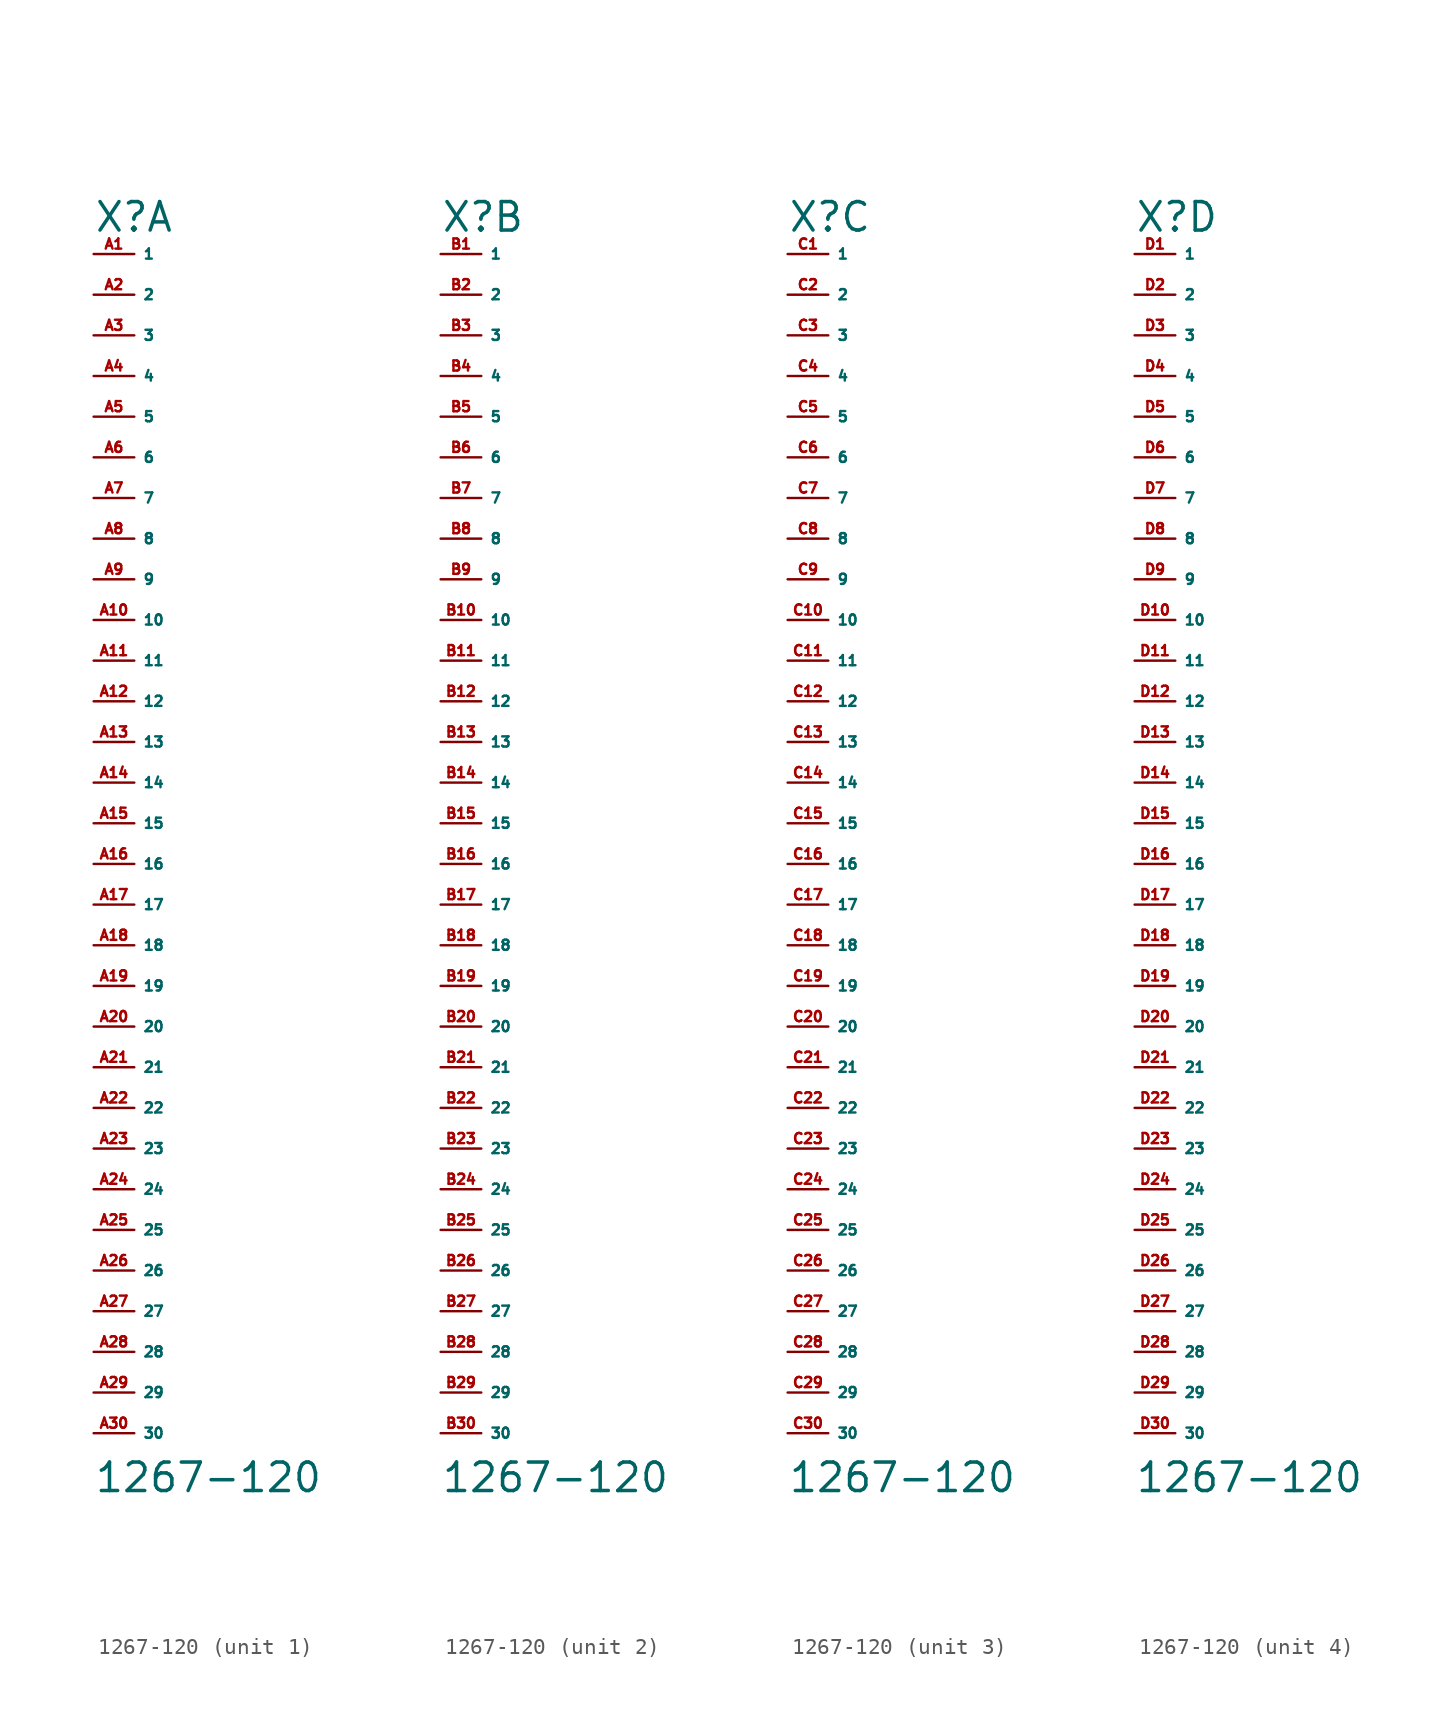
<source format=kicad_sym>
(kicad_symbol_lib
  (version 20220914)
  (generator Eagle2Kicad)
  (symbol "1267-120"
    (property "Reference" "X"
      (at -2.54 36.83 0)
      (effects (font (size 1.778 1.778) (thickness 0.22)) (justify left bottom)))
    (property "Value" "1267-120"
      (at -2.54 -41.91 0)
      (effects (font (size 1.778 1.778) (thickness 0.22)) (justify left bottom)))
    (symbol "1267-120_1_0"
      (pin passive line (at -2.54 35.56 0) (length 2.54) (name "1" (effects (font (size 0.635 0.635) (thickness 0.08)) (justify left bottom))) (number "A1" (effects (font (size 0.635 0.635) (thickness 0.08)) (justify left bottom))))
      (pin passive line (at -2.54 33.02 0) (length 2.54) (name "2" (effects (font (size 0.635 0.635) (thickness 0.08)) (justify left bottom))) (number "A2" (effects (font (size 0.635 0.635) (thickness 0.08)) (justify left bottom))))
      (pin passive line (at -2.54 30.48 0) (length 2.54) (name "3" (effects (font (size 0.635 0.635) (thickness 0.08)) (justify left bottom))) (number "A3" (effects (font (size 0.635 0.635) (thickness 0.08)) (justify left bottom))))
      (pin passive line (at -2.54 27.94 0) (length 2.54) (name "4" (effects (font (size 0.635 0.635) (thickness 0.08)) (justify left bottom))) (number "A4" (effects (font (size 0.635 0.635) (thickness 0.08)) (justify left bottom))))
      (pin passive line (at -2.54 25.4 0) (length 2.54) (name "5" (effects (font (size 0.635 0.635) (thickness 0.08)) (justify left bottom))) (number "A5" (effects (font (size 0.635 0.635) (thickness 0.08)) (justify left bottom))))
      (pin passive line (at -2.54 22.86 0) (length 2.54) (name "6" (effects (font (size 0.635 0.635) (thickness 0.08)) (justify left bottom))) (number "A6" (effects (font (size 0.635 0.635) (thickness 0.08)) (justify left bottom))))
      (pin passive line (at -2.54 20.32 0) (length 2.54) (name "7" (effects (font (size 0.635 0.635) (thickness 0.08)) (justify left bottom))) (number "A7" (effects (font (size 0.635 0.635) (thickness 0.08)) (justify left bottom))))
      (pin passive line (at -2.54 17.78 0) (length 2.54) (name "8" (effects (font (size 0.635 0.635) (thickness 0.08)) (justify left bottom))) (number "A8" (effects (font (size 0.635 0.635) (thickness 0.08)) (justify left bottom))))
      (pin passive line (at -2.54 15.24 0) (length 2.54) (name "9" (effects (font (size 0.635 0.635) (thickness 0.08)) (justify left bottom))) (number "A9" (effects (font (size 0.635 0.635) (thickness 0.08)) (justify left bottom))))
      (pin passive line (at -2.54 12.7 0) (length 2.54) (name "10" (effects (font (size 0.635 0.635) (thickness 0.08)) (justify left bottom))) (number "A10" (effects (font (size 0.635 0.635) (thickness 0.08)) (justify left bottom))))
      (pin passive line (at -2.54 10.16 0) (length 2.54) (name "11" (effects (font (size 0.635 0.635) (thickness 0.08)) (justify left bottom))) (number "A11" (effects (font (size 0.635 0.635) (thickness 0.08)) (justify left bottom))))
      (pin passive line (at -2.54 7.62 0) (length 2.54) (name "12" (effects (font (size 0.635 0.635) (thickness 0.08)) (justify left bottom))) (number "A12" (effects (font (size 0.635 0.635) (thickness 0.08)) (justify left bottom))))
      (pin passive line (at -2.54 5.08 0) (length 2.54) (name "13" (effects (font (size 0.635 0.635) (thickness 0.08)) (justify left bottom))) (number "A13" (effects (font (size 0.635 0.635) (thickness 0.08)) (justify left bottom))))
      (pin passive line (at -2.54 2.54 0) (length 2.54) (name "14" (effects (font (size 0.635 0.635) (thickness 0.08)) (justify left bottom))) (number "A14" (effects (font (size 0.635 0.635) (thickness 0.08)) (justify left bottom))))
      (pin passive line (at -2.54 0 0) (length 2.54) (name "15" (effects (font (size 0.635 0.635) (thickness 0.08)) (justify left bottom))) (number "A15" (effects (font (size 0.635 0.635) (thickness 0.08)) (justify left bottom))))
      (pin passive line (at -2.54 -2.54 0) (length 2.54) (name "16" (effects (font (size 0.635 0.635) (thickness 0.08)) (justify left bottom))) (number "A16" (effects (font (size 0.635 0.635) (thickness 0.08)) (justify left bottom))))
      (pin passive line (at -2.54 -5.08 0) (length 2.54) (name "17" (effects (font (size 0.635 0.635) (thickness 0.08)) (justify left bottom))) (number "A17" (effects (font (size 0.635 0.635) (thickness 0.08)) (justify left bottom))))
      (pin passive line (at -2.54 -7.62 0) (length 2.54) (name "18" (effects (font (size 0.635 0.635) (thickness 0.08)) (justify left bottom))) (number "A18" (effects (font (size 0.635 0.635) (thickness 0.08)) (justify left bottom))))
      (pin passive line (at -2.54 -10.16 0) (length 2.54) (name "19" (effects (font (size 0.635 0.635) (thickness 0.08)) (justify left bottom))) (number "A19" (effects (font (size 0.635 0.635) (thickness 0.08)) (justify left bottom))))
      (pin passive line (at -2.54 -12.7 0) (length 2.54) (name "20" (effects (font (size 0.635 0.635) (thickness 0.08)) (justify left bottom))) (number "A20" (effects (font (size 0.635 0.635) (thickness 0.08)) (justify left bottom))))
      (pin passive line (at -2.54 -15.24 0) (length 2.54) (name "21" (effects (font (size 0.635 0.635) (thickness 0.08)) (justify left bottom))) (number "A21" (effects (font (size 0.635 0.635) (thickness 0.08)) (justify left bottom))))
      (pin passive line (at -2.54 -17.78 0) (length 2.54) (name "22" (effects (font (size 0.635 0.635) (thickness 0.08)) (justify left bottom))) (number "A22" (effects (font (size 0.635 0.635) (thickness 0.08)) (justify left bottom))))
      (pin passive line (at -2.54 -20.32 0) (length 2.54) (name "23" (effects (font (size 0.635 0.635) (thickness 0.08)) (justify left bottom))) (number "A23" (effects (font (size 0.635 0.635) (thickness 0.08)) (justify left bottom))))
      (pin passive line (at -2.54 -22.86 0) (length 2.54) (name "24" (effects (font (size 0.635 0.635) (thickness 0.08)) (justify left bottom))) (number "A24" (effects (font (size 0.635 0.635) (thickness 0.08)) (justify left bottom))))
      (pin passive line (at -2.54 -25.4 0) (length 2.54) (name "25" (effects (font (size 0.635 0.635) (thickness 0.08)) (justify left bottom))) (number "A25" (effects (font (size 0.635 0.635) (thickness 0.08)) (justify left bottom))))
      (pin passive line (at -2.54 -27.94 0) (length 2.54) (name "26" (effects (font (size 0.635 0.635) (thickness 0.08)) (justify left bottom))) (number "A26" (effects (font (size 0.635 0.635) (thickness 0.08)) (justify left bottom))))
      (pin passive line (at -2.54 -30.48 0) (length 2.54) (name "27" (effects (font (size 0.635 0.635) (thickness 0.08)) (justify left bottom))) (number "A27" (effects (font (size 0.635 0.635) (thickness 0.08)) (justify left bottom))))
      (pin passive line (at -2.54 -33.02 0) (length 2.54) (name "28" (effects (font (size 0.635 0.635) (thickness 0.08)) (justify left bottom))) (number "A28" (effects (font (size 0.635 0.635) (thickness 0.08)) (justify left bottom))))
      (pin passive line (at -2.54 -35.56 0) (length 2.54) (name "29" (effects (font (size 0.635 0.635) (thickness 0.08)) (justify left bottom))) (number "A29" (effects (font (size 0.635 0.635) (thickness 0.08)) (justify left bottom))))
      (pin passive line (at -2.54 -38.1 0) (length 2.54) (name "30" (effects (font (size 0.635 0.635) (thickness 0.08)) (justify left bottom))) (number "A30" (effects (font (size 0.635 0.635) (thickness 0.08)) (justify left bottom)))))
    (symbol "1267-120_2_0"
      (pin passive line (at -2.54 35.56 0) (length 2.54) (name "1" (effects (font (size 0.635 0.635) (thickness 0.08)) (justify left bottom))) (number "B1" (effects (font (size 0.635 0.635) (thickness 0.08)) (justify left bottom))))
      (pin passive line (at -2.54 33.02 0) (length 2.54) (name "2" (effects (font (size 0.635 0.635) (thickness 0.08)) (justify left bottom))) (number "B2" (effects (font (size 0.635 0.635) (thickness 0.08)) (justify left bottom))))
      (pin passive line (at -2.54 30.48 0) (length 2.54) (name "3" (effects (font (size 0.635 0.635) (thickness 0.08)) (justify left bottom))) (number "B3" (effects (font (size 0.635 0.635) (thickness 0.08)) (justify left bottom))))
      (pin passive line (at -2.54 27.94 0) (length 2.54) (name "4" (effects (font (size 0.635 0.635) (thickness 0.08)) (justify left bottom))) (number "B4" (effects (font (size 0.635 0.635) (thickness 0.08)) (justify left bottom))))
      (pin passive line (at -2.54 25.4 0) (length 2.54) (name "5" (effects (font (size 0.635 0.635) (thickness 0.08)) (justify left bottom))) (number "B5" (effects (font (size 0.635 0.635) (thickness 0.08)) (justify left bottom))))
      (pin passive line (at -2.54 22.86 0) (length 2.54) (name "6" (effects (font (size 0.635 0.635) (thickness 0.08)) (justify left bottom))) (number "B6" (effects (font (size 0.635 0.635) (thickness 0.08)) (justify left bottom))))
      (pin passive line (at -2.54 20.32 0) (length 2.54) (name "7" (effects (font (size 0.635 0.635) (thickness 0.08)) (justify left bottom))) (number "B7" (effects (font (size 0.635 0.635) (thickness 0.08)) (justify left bottom))))
      (pin passive line (at -2.54 17.78 0) (length 2.54) (name "8" (effects (font (size 0.635 0.635) (thickness 0.08)) (justify left bottom))) (number "B8" (effects (font (size 0.635 0.635) (thickness 0.08)) (justify left bottom))))
      (pin passive line (at -2.54 15.24 0) (length 2.54) (name "9" (effects (font (size 0.635 0.635) (thickness 0.08)) (justify left bottom))) (number "B9" (effects (font (size 0.635 0.635) (thickness 0.08)) (justify left bottom))))
      (pin passive line (at -2.54 12.7 0) (length 2.54) (name "10" (effects (font (size 0.635 0.635) (thickness 0.08)) (justify left bottom))) (number "B10" (effects (font (size 0.635 0.635) (thickness 0.08)) (justify left bottom))))
      (pin passive line (at -2.54 10.16 0) (length 2.54) (name "11" (effects (font (size 0.635 0.635) (thickness 0.08)) (justify left bottom))) (number "B11" (effects (font (size 0.635 0.635) (thickness 0.08)) (justify left bottom))))
      (pin passive line (at -2.54 7.62 0) (length 2.54) (name "12" (effects (font (size 0.635 0.635) (thickness 0.08)) (justify left bottom))) (number "B12" (effects (font (size 0.635 0.635) (thickness 0.08)) (justify left bottom))))
      (pin passive line (at -2.54 5.08 0) (length 2.54) (name "13" (effects (font (size 0.635 0.635) (thickness 0.08)) (justify left bottom))) (number "B13" (effects (font (size 0.635 0.635) (thickness 0.08)) (justify left bottom))))
      (pin passive line (at -2.54 2.54 0) (length 2.54) (name "14" (effects (font (size 0.635 0.635) (thickness 0.08)) (justify left bottom))) (number "B14" (effects (font (size 0.635 0.635) (thickness 0.08)) (justify left bottom))))
      (pin passive line (at -2.54 0 0) (length 2.54) (name "15" (effects (font (size 0.635 0.635) (thickness 0.08)) (justify left bottom))) (number "B15" (effects (font (size 0.635 0.635) (thickness 0.08)) (justify left bottom))))
      (pin passive line (at -2.54 -2.54 0) (length 2.54) (name "16" (effects (font (size 0.635 0.635) (thickness 0.08)) (justify left bottom))) (number "B16" (effects (font (size 0.635 0.635) (thickness 0.08)) (justify left bottom))))
      (pin passive line (at -2.54 -5.08 0) (length 2.54) (name "17" (effects (font (size 0.635 0.635) (thickness 0.08)) (justify left bottom))) (number "B17" (effects (font (size 0.635 0.635) (thickness 0.08)) (justify left bottom))))
      (pin passive line (at -2.54 -7.62 0) (length 2.54) (name "18" (effects (font (size 0.635 0.635) (thickness 0.08)) (justify left bottom))) (number "B18" (effects (font (size 0.635 0.635) (thickness 0.08)) (justify left bottom))))
      (pin passive line (at -2.54 -10.16 0) (length 2.54) (name "19" (effects (font (size 0.635 0.635) (thickness 0.08)) (justify left bottom))) (number "B19" (effects (font (size 0.635 0.635) (thickness 0.08)) (justify left bottom))))
      (pin passive line (at -2.54 -12.7 0) (length 2.54) (name "20" (effects (font (size 0.635 0.635) (thickness 0.08)) (justify left bottom))) (number "B20" (effects (font (size 0.635 0.635) (thickness 0.08)) (justify left bottom))))
      (pin passive line (at -2.54 -15.24 0) (length 2.54) (name "21" (effects (font (size 0.635 0.635) (thickness 0.08)) (justify left bottom))) (number "B21" (effects (font (size 0.635 0.635) (thickness 0.08)) (justify left bottom))))
      (pin passive line (at -2.54 -17.78 0) (length 2.54) (name "22" (effects (font (size 0.635 0.635) (thickness 0.08)) (justify left bottom))) (number "B22" (effects (font (size 0.635 0.635) (thickness 0.08)) (justify left bottom))))
      (pin passive line (at -2.54 -20.32 0) (length 2.54) (name "23" (effects (font (size 0.635 0.635) (thickness 0.08)) (justify left bottom))) (number "B23" (effects (font (size 0.635 0.635) (thickness 0.08)) (justify left bottom))))
      (pin passive line (at -2.54 -22.86 0) (length 2.54) (name "24" (effects (font (size 0.635 0.635) (thickness 0.08)) (justify left bottom))) (number "B24" (effects (font (size 0.635 0.635) (thickness 0.08)) (justify left bottom))))
      (pin passive line (at -2.54 -25.4 0) (length 2.54) (name "25" (effects (font (size 0.635 0.635) (thickness 0.08)) (justify left bottom))) (number "B25" (effects (font (size 0.635 0.635) (thickness 0.08)) (justify left bottom))))
      (pin passive line (at -2.54 -27.94 0) (length 2.54) (name "26" (effects (font (size 0.635 0.635) (thickness 0.08)) (justify left bottom))) (number "B26" (effects (font (size 0.635 0.635) (thickness 0.08)) (justify left bottom))))
      (pin passive line (at -2.54 -30.48 0) (length 2.54) (name "27" (effects (font (size 0.635 0.635) (thickness 0.08)) (justify left bottom))) (number "B27" (effects (font (size 0.635 0.635) (thickness 0.08)) (justify left bottom))))
      (pin passive line (at -2.54 -33.02 0) (length 2.54) (name "28" (effects (font (size 0.635 0.635) (thickness 0.08)) (justify left bottom))) (number "B28" (effects (font (size 0.635 0.635) (thickness 0.08)) (justify left bottom))))
      (pin passive line (at -2.54 -35.56 0) (length 2.54) (name "29" (effects (font (size 0.635 0.635) (thickness 0.08)) (justify left bottom))) (number "B29" (effects (font (size 0.635 0.635) (thickness 0.08)) (justify left bottom))))
      (pin passive line (at -2.54 -38.1 0) (length 2.54) (name "30" (effects (font (size 0.635 0.635) (thickness 0.08)) (justify left bottom))) (number "B30" (effects (font (size 0.635 0.635) (thickness 0.08)) (justify left bottom)))))
    (symbol "1267-120_3_0"
      (pin passive line (at -2.54 35.56 0) (length 2.54) (name "1" (effects (font (size 0.635 0.635) (thickness 0.08)) (justify left bottom))) (number "C1" (effects (font (size 0.635 0.635) (thickness 0.08)) (justify left bottom))))
      (pin passive line (at -2.54 33.02 0) (length 2.54) (name "2" (effects (font (size 0.635 0.635) (thickness 0.08)) (justify left bottom))) (number "C2" (effects (font (size 0.635 0.635) (thickness 0.08)) (justify left bottom))))
      (pin passive line (at -2.54 30.48 0) (length 2.54) (name "3" (effects (font (size 0.635 0.635) (thickness 0.08)) (justify left bottom))) (number "C3" (effects (font (size 0.635 0.635) (thickness 0.08)) (justify left bottom))))
      (pin passive line (at -2.54 27.94 0) (length 2.54) (name "4" (effects (font (size 0.635 0.635) (thickness 0.08)) (justify left bottom))) (number "C4" (effects (font (size 0.635 0.635) (thickness 0.08)) (justify left bottom))))
      (pin passive line (at -2.54 25.4 0) (length 2.54) (name "5" (effects (font (size 0.635 0.635) (thickness 0.08)) (justify left bottom))) (number "C5" (effects (font (size 0.635 0.635) (thickness 0.08)) (justify left bottom))))
      (pin passive line (at -2.54 22.86 0) (length 2.54) (name "6" (effects (font (size 0.635 0.635) (thickness 0.08)) (justify left bottom))) (number "C6" (effects (font (size 0.635 0.635) (thickness 0.08)) (justify left bottom))))
      (pin passive line (at -2.54 20.32 0) (length 2.54) (name "7" (effects (font (size 0.635 0.635) (thickness 0.08)) (justify left bottom))) (number "C7" (effects (font (size 0.635 0.635) (thickness 0.08)) (justify left bottom))))
      (pin passive line (at -2.54 17.78 0) (length 2.54) (name "8" (effects (font (size 0.635 0.635) (thickness 0.08)) (justify left bottom))) (number "C8" (effects (font (size 0.635 0.635) (thickness 0.08)) (justify left bottom))))
      (pin passive line (at -2.54 15.24 0) (length 2.54) (name "9" (effects (font (size 0.635 0.635) (thickness 0.08)) (justify left bottom))) (number "C9" (effects (font (size 0.635 0.635) (thickness 0.08)) (justify left bottom))))
      (pin passive line (at -2.54 12.7 0) (length 2.54) (name "10" (effects (font (size 0.635 0.635) (thickness 0.08)) (justify left bottom))) (number "C10" (effects (font (size 0.635 0.635) (thickness 0.08)) (justify left bottom))))
      (pin passive line (at -2.54 10.16 0) (length 2.54) (name "11" (effects (font (size 0.635 0.635) (thickness 0.08)) (justify left bottom))) (number "C11" (effects (font (size 0.635 0.635) (thickness 0.08)) (justify left bottom))))
      (pin passive line (at -2.54 7.62 0) (length 2.54) (name "12" (effects (font (size 0.635 0.635) (thickness 0.08)) (justify left bottom))) (number "C12" (effects (font (size 0.635 0.635) (thickness 0.08)) (justify left bottom))))
      (pin passive line (at -2.54 5.08 0) (length 2.54) (name "13" (effects (font (size 0.635 0.635) (thickness 0.08)) (justify left bottom))) (number "C13" (effects (font (size 0.635 0.635) (thickness 0.08)) (justify left bottom))))
      (pin passive line (at -2.54 2.54 0) (length 2.54) (name "14" (effects (font (size 0.635 0.635) (thickness 0.08)) (justify left bottom))) (number "C14" (effects (font (size 0.635 0.635) (thickness 0.08)) (justify left bottom))))
      (pin passive line (at -2.54 0 0) (length 2.54) (name "15" (effects (font (size 0.635 0.635) (thickness 0.08)) (justify left bottom))) (number "C15" (effects (font (size 0.635 0.635) (thickness 0.08)) (justify left bottom))))
      (pin passive line (at -2.54 -2.54 0) (length 2.54) (name "16" (effects (font (size 0.635 0.635) (thickness 0.08)) (justify left bottom))) (number "C16" (effects (font (size 0.635 0.635) (thickness 0.08)) (justify left bottom))))
      (pin passive line (at -2.54 -5.08 0) (length 2.54) (name "17" (effects (font (size 0.635 0.635) (thickness 0.08)) (justify left bottom))) (number "C17" (effects (font (size 0.635 0.635) (thickness 0.08)) (justify left bottom))))
      (pin passive line (at -2.54 -7.62 0) (length 2.54) (name "18" (effects (font (size 0.635 0.635) (thickness 0.08)) (justify left bottom))) (number "C18" (effects (font (size 0.635 0.635) (thickness 0.08)) (justify left bottom))))
      (pin passive line (at -2.54 -10.16 0) (length 2.54) (name "19" (effects (font (size 0.635 0.635) (thickness 0.08)) (justify left bottom))) (number "C19" (effects (font (size 0.635 0.635) (thickness 0.08)) (justify left bottom))))
      (pin passive line (at -2.54 -12.7 0) (length 2.54) (name "20" (effects (font (size 0.635 0.635) (thickness 0.08)) (justify left bottom))) (number "C20" (effects (font (size 0.635 0.635) (thickness 0.08)) (justify left bottom))))
      (pin passive line (at -2.54 -15.24 0) (length 2.54) (name "21" (effects (font (size 0.635 0.635) (thickness 0.08)) (justify left bottom))) (number "C21" (effects (font (size 0.635 0.635) (thickness 0.08)) (justify left bottom))))
      (pin passive line (at -2.54 -17.78 0) (length 2.54) (name "22" (effects (font (size 0.635 0.635) (thickness 0.08)) (justify left bottom))) (number "C22" (effects (font (size 0.635 0.635) (thickness 0.08)) (justify left bottom))))
      (pin passive line (at -2.54 -20.32 0) (length 2.54) (name "23" (effects (font (size 0.635 0.635) (thickness 0.08)) (justify left bottom))) (number "C23" (effects (font (size 0.635 0.635) (thickness 0.08)) (justify left bottom))))
      (pin passive line (at -2.54 -22.86 0) (length 2.54) (name "24" (effects (font (size 0.635 0.635) (thickness 0.08)) (justify left bottom))) (number "C24" (effects (font (size 0.635 0.635) (thickness 0.08)) (justify left bottom))))
      (pin passive line (at -2.54 -25.4 0) (length 2.54) (name "25" (effects (font (size 0.635 0.635) (thickness 0.08)) (justify left bottom))) (number "C25" (effects (font (size 0.635 0.635) (thickness 0.08)) (justify left bottom))))
      (pin passive line (at -2.54 -27.94 0) (length 2.54) (name "26" (effects (font (size 0.635 0.635) (thickness 0.08)) (justify left bottom))) (number "C26" (effects (font (size 0.635 0.635) (thickness 0.08)) (justify left bottom))))
      (pin passive line (at -2.54 -30.48 0) (length 2.54) (name "27" (effects (font (size 0.635 0.635) (thickness 0.08)) (justify left bottom))) (number "C27" (effects (font (size 0.635 0.635) (thickness 0.08)) (justify left bottom))))
      (pin passive line (at -2.54 -33.02 0) (length 2.54) (name "28" (effects (font (size 0.635 0.635) (thickness 0.08)) (justify left bottom))) (number "C28" (effects (font (size 0.635 0.635) (thickness 0.08)) (justify left bottom))))
      (pin passive line (at -2.54 -35.56 0) (length 2.54) (name "29" (effects (font (size 0.635 0.635) (thickness 0.08)) (justify left bottom))) (number "C29" (effects (font (size 0.635 0.635) (thickness 0.08)) (justify left bottom))))
      (pin passive line (at -2.54 -38.1 0) (length 2.54) (name "30" (effects (font (size 0.635 0.635) (thickness 0.08)) (justify left bottom))) (number "C30" (effects (font (size 0.635 0.635) (thickness 0.08)) (justify left bottom)))))
    (symbol "1267-120_4_0"
      (pin passive line (at -2.54 35.56 0) (length 2.54) (name "1" (effects (font (size 0.635 0.635) (thickness 0.08)) (justify left bottom))) (number "D1" (effects (font (size 0.635 0.635) (thickness 0.08)) (justify left bottom))))
      (pin passive line (at -2.54 33.02 0) (length 2.54) (name "2" (effects (font (size 0.635 0.635) (thickness 0.08)) (justify left bottom))) (number "D2" (effects (font (size 0.635 0.635) (thickness 0.08)) (justify left bottom))))
      (pin passive line (at -2.54 30.48 0) (length 2.54) (name "3" (effects (font (size 0.635 0.635) (thickness 0.08)) (justify left bottom))) (number "D3" (effects (font (size 0.635 0.635) (thickness 0.08)) (justify left bottom))))
      (pin passive line (at -2.54 27.94 0) (length 2.54) (name "4" (effects (font (size 0.635 0.635) (thickness 0.08)) (justify left bottom))) (number "D4" (effects (font (size 0.635 0.635) (thickness 0.08)) (justify left bottom))))
      (pin passive line (at -2.54 25.4 0) (length 2.54) (name "5" (effects (font (size 0.635 0.635) (thickness 0.08)) (justify left bottom))) (number "D5" (effects (font (size 0.635 0.635) (thickness 0.08)) (justify left bottom))))
      (pin passive line (at -2.54 22.86 0) (length 2.54) (name "6" (effects (font (size 0.635 0.635) (thickness 0.08)) (justify left bottom))) (number "D6" (effects (font (size 0.635 0.635) (thickness 0.08)) (justify left bottom))))
      (pin passive line (at -2.54 20.32 0) (length 2.54) (name "7" (effects (font (size 0.635 0.635) (thickness 0.08)) (justify left bottom))) (number "D7" (effects (font (size 0.635 0.635) (thickness 0.08)) (justify left bottom))))
      (pin passive line (at -2.54 17.78 0) (length 2.54) (name "8" (effects (font (size 0.635 0.635) (thickness 0.08)) (justify left bottom))) (number "D8" (effects (font (size 0.635 0.635) (thickness 0.08)) (justify left bottom))))
      (pin passive line (at -2.54 15.24 0) (length 2.54) (name "9" (effects (font (size 0.635 0.635) (thickness 0.08)) (justify left bottom))) (number "D9" (effects (font (size 0.635 0.635) (thickness 0.08)) (justify left bottom))))
      (pin passive line (at -2.54 12.7 0) (length 2.54) (name "10" (effects (font (size 0.635 0.635) (thickness 0.08)) (justify left bottom))) (number "D10" (effects (font (size 0.635 0.635) (thickness 0.08)) (justify left bottom))))
      (pin passive line (at -2.54 10.16 0) (length 2.54) (name "11" (effects (font (size 0.635 0.635) (thickness 0.08)) (justify left bottom))) (number "D11" (effects (font (size 0.635 0.635) (thickness 0.08)) (justify left bottom))))
      (pin passive line (at -2.54 7.62 0) (length 2.54) (name "12" (effects (font (size 0.635 0.635) (thickness 0.08)) (justify left bottom))) (number "D12" (effects (font (size 0.635 0.635) (thickness 0.08)) (justify left bottom))))
      (pin passive line (at -2.54 5.08 0) (length 2.54) (name "13" (effects (font (size 0.635 0.635) (thickness 0.08)) (justify left bottom))) (number "D13" (effects (font (size 0.635 0.635) (thickness 0.08)) (justify left bottom))))
      (pin passive line (at -2.54 2.54 0) (length 2.54) (name "14" (effects (font (size 0.635 0.635) (thickness 0.08)) (justify left bottom))) (number "D14" (effects (font (size 0.635 0.635) (thickness 0.08)) (justify left bottom))))
      (pin passive line (at -2.54 0 0) (length 2.54) (name "15" (effects (font (size 0.635 0.635) (thickness 0.08)) (justify left bottom))) (number "D15" (effects (font (size 0.635 0.635) (thickness 0.08)) (justify left bottom))))
      (pin passive line (at -2.54 -2.54 0) (length 2.54) (name "16" (effects (font (size 0.635 0.635) (thickness 0.08)) (justify left bottom))) (number "D16" (effects (font (size 0.635 0.635) (thickness 0.08)) (justify left bottom))))
      (pin passive line (at -2.54 -5.08 0) (length 2.54) (name "17" (effects (font (size 0.635 0.635) (thickness 0.08)) (justify left bottom))) (number "D17" (effects (font (size 0.635 0.635) (thickness 0.08)) (justify left bottom))))
      (pin passive line (at -2.54 -7.62 0) (length 2.54) (name "18" (effects (font (size 0.635 0.635) (thickness 0.08)) (justify left bottom))) (number "D18" (effects (font (size 0.635 0.635) (thickness 0.08)) (justify left bottom))))
      (pin passive line (at -2.54 -10.16 0) (length 2.54) (name "19" (effects (font (size 0.635 0.635) (thickness 0.08)) (justify left bottom))) (number "D19" (effects (font (size 0.635 0.635) (thickness 0.08)) (justify left bottom))))
      (pin passive line (at -2.54 -12.7 0) (length 2.54) (name "20" (effects (font (size 0.635 0.635) (thickness 0.08)) (justify left bottom))) (number "D20" (effects (font (size 0.635 0.635) (thickness 0.08)) (justify left bottom))))
      (pin passive line (at -2.54 -15.24 0) (length 2.54) (name "21" (effects (font (size 0.635 0.635) (thickness 0.08)) (justify left bottom))) (number "D21" (effects (font (size 0.635 0.635) (thickness 0.08)) (justify left bottom))))
      (pin passive line (at -2.54 -17.78 0) (length 2.54) (name "22" (effects (font (size 0.635 0.635) (thickness 0.08)) (justify left bottom))) (number "D22" (effects (font (size 0.635 0.635) (thickness 0.08)) (justify left bottom))))
      (pin passive line (at -2.54 -20.32 0) (length 2.54) (name "23" (effects (font (size 0.635 0.635) (thickness 0.08)) (justify left bottom))) (number "D23" (effects (font (size 0.635 0.635) (thickness 0.08)) (justify left bottom))))
      (pin passive line (at -2.54 -22.86 0) (length 2.54) (name "24" (effects (font (size 0.635 0.635) (thickness 0.08)) (justify left bottom))) (number "D24" (effects (font (size 0.635 0.635) (thickness 0.08)) (justify left bottom))))
      (pin passive line (at -2.54 -25.4 0) (length 2.54) (name "25" (effects (font (size 0.635 0.635) (thickness 0.08)) (justify left bottom))) (number "D25" (effects (font (size 0.635 0.635) (thickness 0.08)) (justify left bottom))))
      (pin passive line (at -2.54 -27.94 0) (length 2.54) (name "26" (effects (font (size 0.635 0.635) (thickness 0.08)) (justify left bottom))) (number "D26" (effects (font (size 0.635 0.635) (thickness 0.08)) (justify left bottom))))
      (pin passive line (at -2.54 -30.48 0) (length 2.54) (name "27" (effects (font (size 0.635 0.635) (thickness 0.08)) (justify left bottom))) (number "D27" (effects (font (size 0.635 0.635) (thickness 0.08)) (justify left bottom))))
      (pin passive line (at -2.54 -33.02 0) (length 2.54) (name "28" (effects (font (size 0.635 0.635) (thickness 0.08)) (justify left bottom))) (number "D28" (effects (font (size 0.635 0.635) (thickness 0.08)) (justify left bottom))))
      (pin passive line (at -2.54 -35.56 0) (length 2.54) (name "29" (effects (font (size 0.635 0.635) (thickness 0.08)) (justify left bottom))) (number "D29" (effects (font (size 0.635 0.635) (thickness 0.08)) (justify left bottom))))
      (pin passive line (at -2.54 -38.1 0) (length 2.54) (name "30" (effects (font (size 0.635 0.635) (thickness 0.08)) (justify left bottom))) (number "D30" (effects (font (size 0.635 0.635) (thickness 0.08)) (justify left bottom)))))))
</source>
